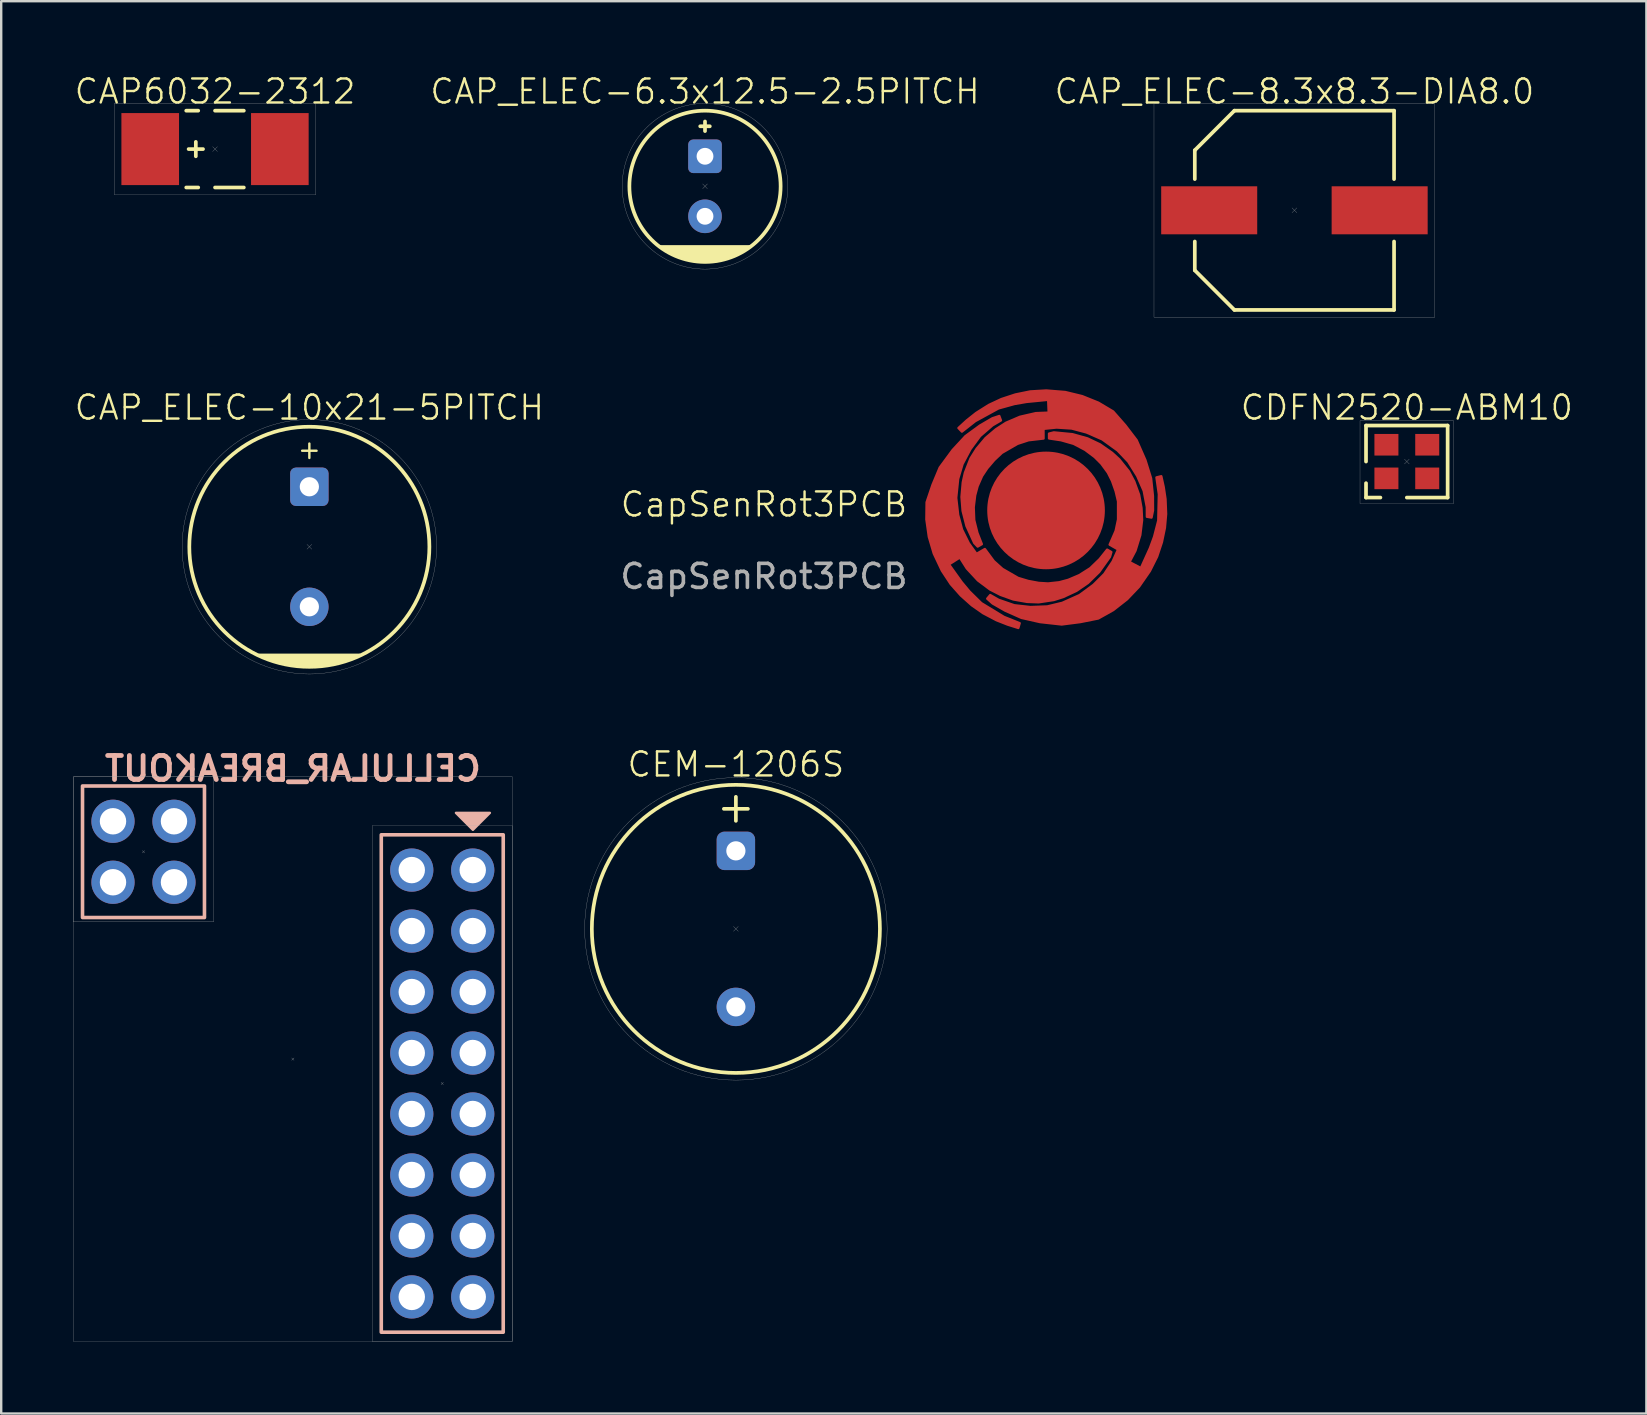
<source format=kicad_pcb>
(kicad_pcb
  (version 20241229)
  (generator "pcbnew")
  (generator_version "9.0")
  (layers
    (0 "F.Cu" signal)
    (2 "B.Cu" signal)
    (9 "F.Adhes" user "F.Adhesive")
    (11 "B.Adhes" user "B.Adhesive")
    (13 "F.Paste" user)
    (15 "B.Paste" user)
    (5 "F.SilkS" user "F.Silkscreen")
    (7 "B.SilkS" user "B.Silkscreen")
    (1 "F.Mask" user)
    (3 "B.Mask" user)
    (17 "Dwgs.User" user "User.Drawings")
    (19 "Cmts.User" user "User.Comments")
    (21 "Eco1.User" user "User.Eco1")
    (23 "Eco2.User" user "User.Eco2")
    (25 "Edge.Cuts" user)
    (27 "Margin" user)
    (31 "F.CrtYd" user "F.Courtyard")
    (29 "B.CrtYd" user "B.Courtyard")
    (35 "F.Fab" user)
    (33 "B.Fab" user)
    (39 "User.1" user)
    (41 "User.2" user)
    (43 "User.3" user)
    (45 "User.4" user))
  (footprint "CDFN2520-ABM10"
    (layer "F.Cu")
    (at 55.551 16.176)
    (property "Reference" "CDFN2520-ABM10" (at 0 -2.25 0) (unlocked yes) (layer "F.SilkS") (effects (font (size 1 1) (thickness 0.1))))
    (attr smd)
    (fp_line (start -1.7 -1.5) (end 1.7 -1.5) (stroke (width 0.154) (type default)) (layer "F.SilkS"))
    (fp_line (start -1.7 0) (end -1.7 -1.5) (stroke (width 0.154) (type default)) (layer "F.SilkS"))
    (fp_line (start -1.7 0.9) (end -1.7 1.5) (stroke (width 0.154) (type default)) (layer "F.SilkS"))
    (fp_line (start -1.7 1.5) (end -1.1 1.5) (stroke (width 0.154) (type default)) (layer "F.SilkS"))
    (fp_line (start 0 1.5) (end 1.7 1.5) (stroke (width 0.154) (type default)) (layer "F.SilkS"))
    (fp_line (start 1.7 -1.5) (end 1.7 1.5) (stroke (width 0.154) (type default)) (layer "F.SilkS"))
    (fp_line (start -0.1 -0.1) (end 0.1 0.1) (stroke (width 0.01) (type default)) (layer "F.Fab"))
    (fp_line (start 0.1 -0.1) (end -0.1 0.1) (stroke (width 0.01) (type default)) (layer "F.Fab"))
    (fp_rect (start -1.95 -1.7) (end 1.95 1.75) (stroke (width 0.01) (type default)) (fill no) (layer "F.Fab"))
    (pad "1" smd rect (at -0.85 0.7) (size 1 0.9) (layers "F.Cu" "F.Mask" "F.Paste"))
    (pad "2" smd rect (at 0.85 0.7) (size 1 0.9) (layers "F.Cu" "F.Mask" "F.Paste"))
    (pad "3" smd rect (at 0.85 -0.7) (size 1 0.9) (layers "F.Cu" "F.Mask" "F.Paste"))
    (pad "4" smd rect (at -0.85 -0.7) (size 1 0.9) (layers "F.Cu" "F.Mask" "F.Paste")))
  (footprint "CAP_ELEC-6.3x12.5-2.5PITCH"
    (layer "F.Cu")
    (at 26.317 4.71)
    (property "Reference" "CAP_ELEC-6.3x12.5-2.5PITCH" (at 0 -3.95 0) (unlocked yes) (layer "F.SilkS") (effects (font (size 1 1) (thickness 0.1))))
    (attr through_hole)
    (fp_line (start -0.2 -2.5) (end 0.2 -2.5) (stroke (width 0.154) (type default)) (layer "F.SilkS"))
    (fp_line (start 0 -2.3) (end 0 -2.7) (stroke (width 0.154) (type default)) (layer "F.SilkS"))
    (fp_circle (center 0 0) (end 3.15 0) (stroke (width 0.154) (type default)) (fill no) (layer "F.SilkS"))
    (fp_poly (pts (xy -1.9 2.5) (xy 1.9 2.5) (xy 1.35 2.85) (xy 0.6 3.1) (xy 0 3.15) (xy -0.45 3.1) (xy -0.95 3) (xy -1.5 2.75)) (stroke (width 0.1) (type solid)) (fill yes) (layer "F.SilkS"))
    (fp_line (start -0.1 -0.1) (end 0.1 0.1) (stroke (width 0.01) (type default)) (layer "F.Fab"))
    (fp_line (start 0.1 -0.1) (end -0.1 0.1) (stroke (width 0.01) (type default)) (layer "F.Fab"))
    (fp_circle (center 0 0) (end 3.45 0) (stroke (width 0.01) (type default)) (fill no) (layer "F.Fab"))
    (pad "+" thru_hole roundrect (at 0 -1.25) (size 1.4 1.4) (drill 0.7) (layers "*.Cu" "*.Mask") (roundrect_rratio 0.15))
    (pad "-" thru_hole circle (at 0 1.25) (size 1.4 1.4) (drill 0.7) (layers "*.Cu" "*.Mask")))
  (footprint "CAP6032-2312"
    (layer "F.Cu")
    (at 5.907 3.16)
    (property "Reference" "CAP6032-2312" (at 0 -2.4 0) (unlocked yes) (layer "F.SilkS") (effects (font (size 1 1) (thickness 0.1))))
    (attr smd)
    (fp_line (start -1.2 -1.6) (end -0.7 -1.6) (stroke (width 0.154) (type default)) (layer "F.SilkS"))
    (fp_line (start -1.2 1.6) (end -0.7 1.6) (stroke (width 0.154) (type default)) (layer "F.SilkS"))
    (fp_line (start -1.1 0) (end -0.5 0) (stroke (width 0.154) (type default)) (layer "F.SilkS"))
    (fp_line (start -0.8 0.3) (end -0.8 -0.3) (stroke (width 0.154) (type default)) (layer "F.SilkS"))
    (fp_line (start 0 -1.6) (end 1.2 -1.6) (stroke (width 0.154) (type default)) (layer "F.SilkS"))
    (fp_line (start 0 1.6) (end 1.2 1.6) (stroke (width 0.154) (type default)) (layer "F.SilkS"))
    (fp_line (start -0.1 -0.1) (end 0.1 0.1) (stroke (width 0.01) (type default)) (layer "F.Fab"))
    (fp_line (start 0.1 -0.1) (end -0.1 0.1) (stroke (width 0.01) (type default)) (layer "F.Fab"))
    (fp_rect (start -4.2 -1.9) (end 4.2 1.9) (stroke (width 0.01) (type default)) (fill no) (layer "F.Fab"))
    (pad "+" smd rect (at -2.7 0) (size 2.4 3) (layers "F.Cu" "F.Mask" "F.Paste"))
    (pad "-" smd rect (at 2.7 0) (size 2.4 3) (layers "F.Cu" "F.Mask" "F.Paste")))
  (footprint "CAP_ELEC-10x21-5PITCH"
    (layer "F.Cu")
    (at 9.836 19.726)
    (property "Reference" "CAP_ELEC-10x21-5PITCH" (at 0 -5.8 0) (unlocked yes) (layer "F.SilkS") (effects (font (size 1 1) (thickness 0.1))))
    (attr through_hole)
    (fp_line (start -0.3 -4) (end 0.3 -4) (stroke (width 0.1) (type default)) (layer "F.SilkS"))
    (fp_line (start 0 -3.7) (end 0 -4.3) (stroke (width 0.1) (type default)) (layer "F.SilkS"))
    (fp_circle (center 0 0) (end 5 0) (stroke (width 0.154) (type default)) (fill no) (layer "F.SilkS"))
    (fp_poly (pts (xy -2.1 4.5) (xy 2.1 4.5) (xy 1.6 4.7) (xy 0.8 4.9) (xy 0.2 4.95) (xy -0.5 4.95) (xy -1.1 4.85) (xy -1.7 4.65)) (stroke (width 0.1) (type solid)) (fill yes) (layer "F.SilkS"))
    (fp_line (start -0.1 -0.1) (end 0.1 0.1) (stroke (width 0.01) (type default)) (layer "F.Fab"))
    (fp_line (start 0.1 -0.1) (end -0.1 0.1) (stroke (width 0.01) (type default)) (layer "F.Fab"))
    (fp_circle (center 0 0) (end 5.3 0) (stroke (width 0.01) (type default)) (fill no) (layer "F.Fab"))
    (pad "+" thru_hole roundrect (at 0 -2.5) (size 1.6 1.6) (drill 0.8) (layers "*.Cu" "*.Mask") (roundrect_rratio 0.15))
    (pad "-" thru_hole circle (at 0 2.5) (size 1.6 1.6) (drill 0.8) (layers "*.Cu" "*.Mask")))
  (footprint "CapSenRot3PCB"
    (layer "F.Cu")
    (at 28.773 18.462)
    (property "Reference" "CapSenRot3PCB" (at 0 -0.5 0) (unlocked yes) (layer "F.SilkS") (effects (font (size 1 1) (thickness 0.1))))
    (attr smd)
    (fp_circle (center 11.75 -0.25) (end 14.15 -0.25) (stroke (width 0.1) (type solid)) (fill yes) (layer "F.Cu"))
    (fp_poly (pts (xy 9.075 1.154) (xy 8.89 0.683) (xy 8.757 0.153) (xy 8.736 -0.383) (xy 8.796 -0.879) (xy 8.897 -1.255) (xy 9.084 -1.681) (xy 9.3 -2.007) (xy 9.593 -2.35) (xy 9.911 -2.649) (xy 10.56 -3.024) (xy 11.022 -3.175) (xy 11.645 -3.246) (xy 11.643 -3.649) (xy 12.189 -3.704) (xy 12.818 -3.663) (xy 13.433 -3.499) (xy 14.088 -3.213) (xy 14.732 -2.748) (xy 15.175 -2.282) (xy 15.546 -1.688) (xy 15.819 -1.066) (xy 15.949 -0.39) (xy 15.951 0.013) (xy 16.143 0.046) (xy 16.204 -0.249) (xy 16.201 -0.853) (xy 16.124 -1.588) (xy 15.888 -2.347) (xy 15.524 -3.176) (xy 15.05 -3.797) (xy 14.545 -4.372) (xy 13.93 -4.738) (xy 13.253 -5.011) (xy 12.548 -5.182) (xy 11.76 -5.246) (xy 11.09 -5.206) (xy 10.471 -5.079) (xy 9.889 -4.888) (xy 9.366 -4.643) (xy 8.837 -4.309) (xy 8.441 -3.994) (xy 8.102 -3.683) (xy 8.245 -3.534) (xy 8.801 -3.971) (xy 9.766 -4.499) (xy 10.438 -4.685) (xy 10.937 -4.771) (xy 11.839 -4.859) (xy 11.86 -4.323) (xy 11.324 -4.302) (xy 10.661 -4.15) (xy 10.082 -3.902) (xy 9.662 -3.631) (xy 9.235 -3.269) (xy 8.859 -2.821) (xy 8.603 -2.414) (xy 8.37 -1.817) (xy 8.282 -1.42) (xy 8.229 -0.812) (xy 8.275 -0.232) (xy 8.436 0.397) (xy 8.759 1.105) (xy 8.902 1.254)) (stroke (width 0.1) (type solid)) (fill yes) (layer "F.Cu"))
    (fp_poly (pts (xy 11.875 -3.25) (xy 12.375 -3.175) (xy 12.9 -3.025) (xy 13.375 -2.775) (xy 13.775 -2.475) (xy 14.05 -2.2) (xy 14.325 -1.825) (xy 14.5 -1.475) (xy 14.65 -1.05) (xy 14.75 -0.625) (xy 14.75 0.125) (xy 14.65 0.6) (xy 14.4 1.175) (xy 14.75 1.375) (xy 14.525 1.875) (xy 14.175 2.4) (xy 13.725 2.85) (xy 13.15 3.275) (xy 12.425 3.6) (xy 11.8 3.75) (xy 11.1 3.775) (xy 10.425 3.7) (xy 9.775 3.475) (xy 9.425 3.275) (xy 9.3 3.425) (xy 9.525 3.625) (xy 10.05 3.925) (xy 10.725 4.225) (xy 11.5 4.4) (xy 12.4 4.5) (xy 13.175 4.4) (xy 13.925 4.25) (xy 14.55 3.9) (xy 15.125 3.45) (xy 15.625 2.925) (xy 16.075 2.275) (xy 16.375 1.675) (xy 16.575 1.075) (xy 16.7 0.475) (xy 16.75 -0.1) (xy 16.725 -0.725) (xy 16.65 -1.225) (xy 16.55 -1.675) (xy 16.35 -1.625) (xy 16.45 -0.925) (xy 16.425 0.175) (xy 16.25 0.85) (xy 16.075 1.325) (xy 15.7 2.15) (xy 15.225 1.9) (xy 15.475 1.425) (xy 15.675 0.775) (xy 15.75 0.15) (xy 15.725 -0.35) (xy 15.625 -0.9) (xy 15.425 -1.45) (xy 15.2 -1.875) (xy 14.8 -2.375) (xy 14.5 -2.65) (xy 14 -3) (xy 13.475 -3.25) (xy 12.85 -3.425) (xy 12.075 -3.5) (xy 11.875 -3.45)) (stroke (width 0.1) (type solid)) (fill yes) (layer "F.Cu"))
    (fp_poly (pts (xy 14.295 1.384) (xy 13.98 1.78) (xy 13.588 2.159) (xy 13.134 2.446) (xy 12.674 2.642) (xy 12.299 2.743) (xy 11.836 2.793) (xy 11.446 2.77) (xy 11.003 2.687) (xy 10.585 2.561) (xy 9.935 2.186) (xy 9.574 1.862) (xy 9.201 1.358) (xy 8.852 1.561) (xy 8.532 1.117) (xy 8.252 0.551) (xy 8.088 -0.064) (xy 8.007 -0.774) (xy 8.088 -1.565) (xy 8.271 -2.181) (xy 8.599 -2.8) (xy 9.001 -3.347) (xy 9.521 -3.797) (xy 9.87 -4) (xy 9.802 -4.183) (xy 9.516 -4.088) (xy 8.994 -3.784) (xy 8.397 -3.349) (xy 7.858 -2.766) (xy 7.321 -2.036) (xy 7.02 -1.315) (xy 6.775 -0.59) (xy 6.766 0.126) (xy 6.868 0.849) (xy 7.073 1.544) (xy 7.411 2.259) (xy 7.78 2.819) (xy 8.2 3.292) (xy 8.657 3.7) (xy 9.13 4.031) (xy 9.684 4.322) (xy 10.154 4.507) (xy 10.594 4.645) (xy 10.651 4.447) (xy 9.994 4.184) (xy 9.054 3.612) (xy 8.557 3.123) (xy 8.233 2.734) (xy 7.706 1.997) (xy 8.16 1.71) (xy 8.447 2.164) (xy 8.91 2.663) (xy 9.413 3.04) (xy 9.859 3.268) (xy 10.385 3.457) (xy 10.962 3.559) (xy 11.442 3.576) (xy 12.075 3.48) (xy 12.463 3.357) (xy 13.016 3.099) (xy 13.495 2.77) (xy 13.959 2.316) (xy 14.412 1.682) (xy 14.469 1.484)) (stroke (width 0.1) (type solid)) (fill yes) (layer "F.Cu"))
    (fp_text user "${REFERENCE}" (at 0 2.5 0) (unlocked yes) (layer "F.Fab") (effects (font (size 1 1) (thickness 0.15))))
    (pad "1" smd roundrect (at 11.75 -0.25) (size 1 1) (layers "F.Cu" "F.Mask" "F.Paste") (roundrect_rratio 0.25))
    (pad "2" smd roundrect (at 14.95 2.625) (size 1 1) (layers "F.Cu" "F.Mask" "F.Paste") (roundrect_rratio 0.25))
    (pad "3" smd roundrect (at 12.5 -4.425) (size 1 1) (layers "F.Cu" "F.Mask" "F.Paste") (roundrect_rratio 0.25))
    (pad "4" smd roundrect (at 7.675 1.2) (size 1 1) (layers "F.Cu" "F.Mask" "F.Paste") (roundrect_rratio 0.25)))
  (footprint "CEM-1206S"
    (layer "F.Cu")
    (at 27.603 35.642)
    (property "Reference" "CEM-1206S" (at 0 -6.85 0) (unlocked yes) (layer "F.SilkS") (effects (font (size 1 1) (thickness 0.1))))
    (attr through_hole)
    (fp_line (start -0.5 -5) (end 0.5 -5) (stroke (width 0.154) (type default)) (layer "F.SilkS"))
    (fp_line (start 0 -5.5) (end 0 -4.5) (stroke (width 0.154) (type default)) (layer "F.SilkS"))
    (fp_circle (center 0 0) (end 6 0) (stroke (width 0.154) (type default)) (fill no) (layer "F.SilkS"))
    (fp_line (start -0.1 -0.1) (end 0.1 0.1) (stroke (width 0.01) (type default)) (layer "F.Fab"))
    (fp_line (start 0.1 -0.1) (end -0.1 0.1) (stroke (width 0.01) (type default)) (layer "F.Fab"))
    (fp_circle (center 0 0) (end 6.3 0) (stroke (width 0.01) (type default)) (fill no) (layer "F.Fab"))
    (pad "+" thru_hole roundrect (at 0 -3.25) (size 1.6 1.6) (drill 0.8) (layers "*.Cu" "*.Mask") (roundrect_rratio 0.2))
    (pad "-" thru_hole circle (at 0 3.25) (size 1.6 1.6) (drill 0.8) (layers "*.Cu" "*.Mask")))
  (footprint "CAP_ELEC-8.3x8.3-DIA8.0"
    (layer "F.Cu")
    (at 50.869 5.71)
    (property "Reference" "CAP_ELEC-8.3x8.3-DIA8.0" (at 0 -4.95 0) (unlocked yes) (layer "F.SilkS") (effects (font (size 1 1) (thickness 0.1))))
    (attr smd)
    (fp_line (start -4.15 -2.5) (end -4.15 -1.3) (stroke (width 0.154) (type default)) (layer "F.SilkS"))
    (fp_line (start -4.15 2.5) (end -4.15 1.3) (stroke (width 0.154) (type default)) (layer "F.SilkS"))
    (fp_line (start -2.5 -4.15) (end -4.15 -2.5) (stroke (width 0.154) (type default)) (layer "F.SilkS"))
    (fp_line (start -2.5 4.15) (end -4.15 2.5) (stroke (width 0.154) (type default)) (layer "F.SilkS"))
    (fp_line (start 4.15 -4.15) (end -2.5 -4.15) (stroke (width 0.154) (type default)) (layer "F.SilkS"))
    (fp_line (start 4.15 -1.3) (end 4.15 -4.15) (stroke (width 0.154) (type default)) (layer "F.SilkS"))
    (fp_line (start 4.15 1.3) (end 4.15 4.15) (stroke (width 0.154) (type default)) (layer "F.SilkS"))
    (fp_line (start 4.15 4.15) (end -2.5 4.15) (stroke (width 0.154) (type default)) (layer "F.SilkS"))
    (fp_line (start 0.1 -0.1) (end -0.1 0.1) (stroke (width 0.01) (type default)) (layer "F.Fab"))
    (fp_line (start 0.1 0.1) (end -0.1 -0.1) (stroke (width 0.01) (type default)) (layer "F.Fab"))
    (fp_rect (start -5.85 -4.45) (end 5.85 4.45) (stroke (width 0.01) (type default)) (fill no) (layer "F.Fab"))
    (pad "+" smd rect (at -3.55 0 270) (size 2 4) (layers "F.Cu" "F.Mask" "F.Paste"))
    (pad "-" smd rect (at 3.55 0 270) (size 2 4) (layers "F.Cu" "F.Mask" "F.Paste")))
  (footprint "CELLULAR_BREAKOUT"
    (layer "F.Cu")
    (at 9.149 41.067)
    (property "Reference" "CELLULAR_BREAKOUT" (at 0 -12.1 0) (unlocked yes) (layer "B.SilkS") (effects (font (size 1 1) (thickness 0.2) (bold yes)) (justify mirror)))
    (attr through_hole)
    (fp_rect (start -8.762 -11.377) (end -3.682 -5.897) (stroke (width 0.15) (type default)) (fill no) (layer "B.SilkS"))
    (fp_rect (start 3.683 -9.344) (end 8.763 11.376) (stroke (width 0.15) (type default)) (fill no) (layer "B.SilkS"))
    (fp_poly (pts (xy 6.793 -10.257) (xy 7.5 -9.55) (xy 8.207 -10.257)) (stroke (width 0.1) (type solid)) (fill yes) (layer "B.SilkS"))
    (fp_line (start -6.272 -8.687) (end -6.172 -8.587) (stroke (width 0.01) (type default)) (layer "F.Fab"))
    (fp_line (start -6.172 -8.687) (end -6.272 -8.587) (stroke (width 0.01) (type default)) (layer "F.Fab"))
    (fp_line (start -0.05 -0.05) (end 0.05 0.05) (stroke (width 0.01) (type default)) (layer "F.Fab"))
    (fp_line (start 0.05 -0.05) (end -0.05 0.05) (stroke (width 0.01) (type default)) (layer "F.Fab"))
    (fp_line (start 6.173 0.966) (end 6.273 1.066) (stroke (width 0.01) (type default)) (layer "F.Fab"))
    (fp_line (start 6.273 0.966) (end 6.173 1.066) (stroke (width 0.01) (type default)) (layer "F.Fab"))
    (fp_rect (start -9.144 -11.757) (end 9.144 11.757) (stroke (width 0.01) (type default)) (fill no) (layer "F.Fab"))
    (fp_rect (start -9.143 -11.758) (end -3.301 -5.716) (stroke (width 0.01) (type default)) (fill no) (layer "F.Fab"))
    (fp_rect (start 3.302 -9.725) (end 9.144 11.757) (stroke (width 0.01) (type default)) (fill no) (layer "F.Fab"))
    (pad "1" thru_hole circle (at 7.493 -7.874) (size 1.8 1.8) (drill 1.1) (layers "*.Cu" "*.Mask"))
    (pad "2" thru_hole circle (at 4.953 -7.874) (size 1.8 1.8) (drill 1.1) (layers "*.Cu" "*.Mask"))
    (pad "3" thru_hole circle (at 7.493 -5.334) (size 1.8 1.8) (drill 1.1) (layers "*.Cu" "*.Mask"))
    (pad "4" thru_hole circle (at 4.953 -5.334) (size 1.8 1.8) (drill 1.1) (layers "*.Cu" "*.Mask"))
    (pad "5" thru_hole circle (at 7.493 -2.794) (size 1.8 1.8) (drill 1.1) (layers "*.Cu" "*.Mask"))
    (pad "6" thru_hole circle (at 4.953 -2.794) (size 1.8 1.8) (drill 1.1) (layers "*.Cu" "*.Mask"))
    (pad "7" thru_hole circle (at 7.493 -0.254) (size 1.8 1.8) (drill 1.1) (layers "*.Cu" "*.Mask"))
    (pad "8" thru_hole circle (at 4.953 -0.254) (size 1.8 1.8) (drill 1.1) (layers "*.Cu" "*.Mask"))
    (pad "9" thru_hole circle (at 7.493 2.286) (size 1.8 1.8) (drill 1.1) (layers "*.Cu" "*.Mask"))
    (pad "10" thru_hole circle (at 4.953 2.286) (size 1.8 1.8) (drill 1.1) (layers "*.Cu" "*.Mask"))
    (pad "11" thru_hole circle (at 7.493 4.826) (size 1.8 1.8) (drill 1.1) (layers "*.Cu" "*.Mask"))
    (pad "12" thru_hole circle (at 4.953 4.826) (size 1.8 1.8) (drill 1.1) (layers "*.Cu" "*.Mask"))
    (pad "13" thru_hole circle (at 7.493 7.366) (size 1.8 1.8) (drill 1.1) (layers "*.Cu" "*.Mask"))
    (pad "14" thru_hole circle (at 4.953 7.366) (size 1.8 1.8) (drill 1.1) (layers "*.Cu" "*.Mask"))
    (pad "15" thru_hole circle (at 7.493 9.906) (size 1.8 1.8) (drill 1.1) (layers "*.Cu" "*.Mask"))
    (pad "16" thru_hole circle (at 4.953 9.906) (size 1.8 1.8) (drill 1.1) (layers "*.Cu" "*.Mask"))
    (pad "17" thru_hole circle (at -4.952 -9.907) (size 1.8 1.8) (drill 1.1) (layers "*.Cu" "*.Mask"))
    (pad "18" thru_hole circle (at -7.492 -9.907) (size 1.8 1.8) (drill 1.1) (layers "*.Cu" "*.Mask"))
    (pad "19" thru_hole circle (at -4.952 -7.367) (size 1.8 1.8) (drill 1.1) (layers "*.Cu" "*.Mask"))
    (pad "20" thru_hole circle (at -7.492 -7.367) (size 1.8 1.8) (drill 1.1) (layers "*.Cu" "*.Mask")))
  (gr_rect
    (start -3 -3)
    (end 65.53 55.829)
    (stroke (width 0.1) (type default))
    (fill no)
    (layer "Edge.Cuts")))
</source>
